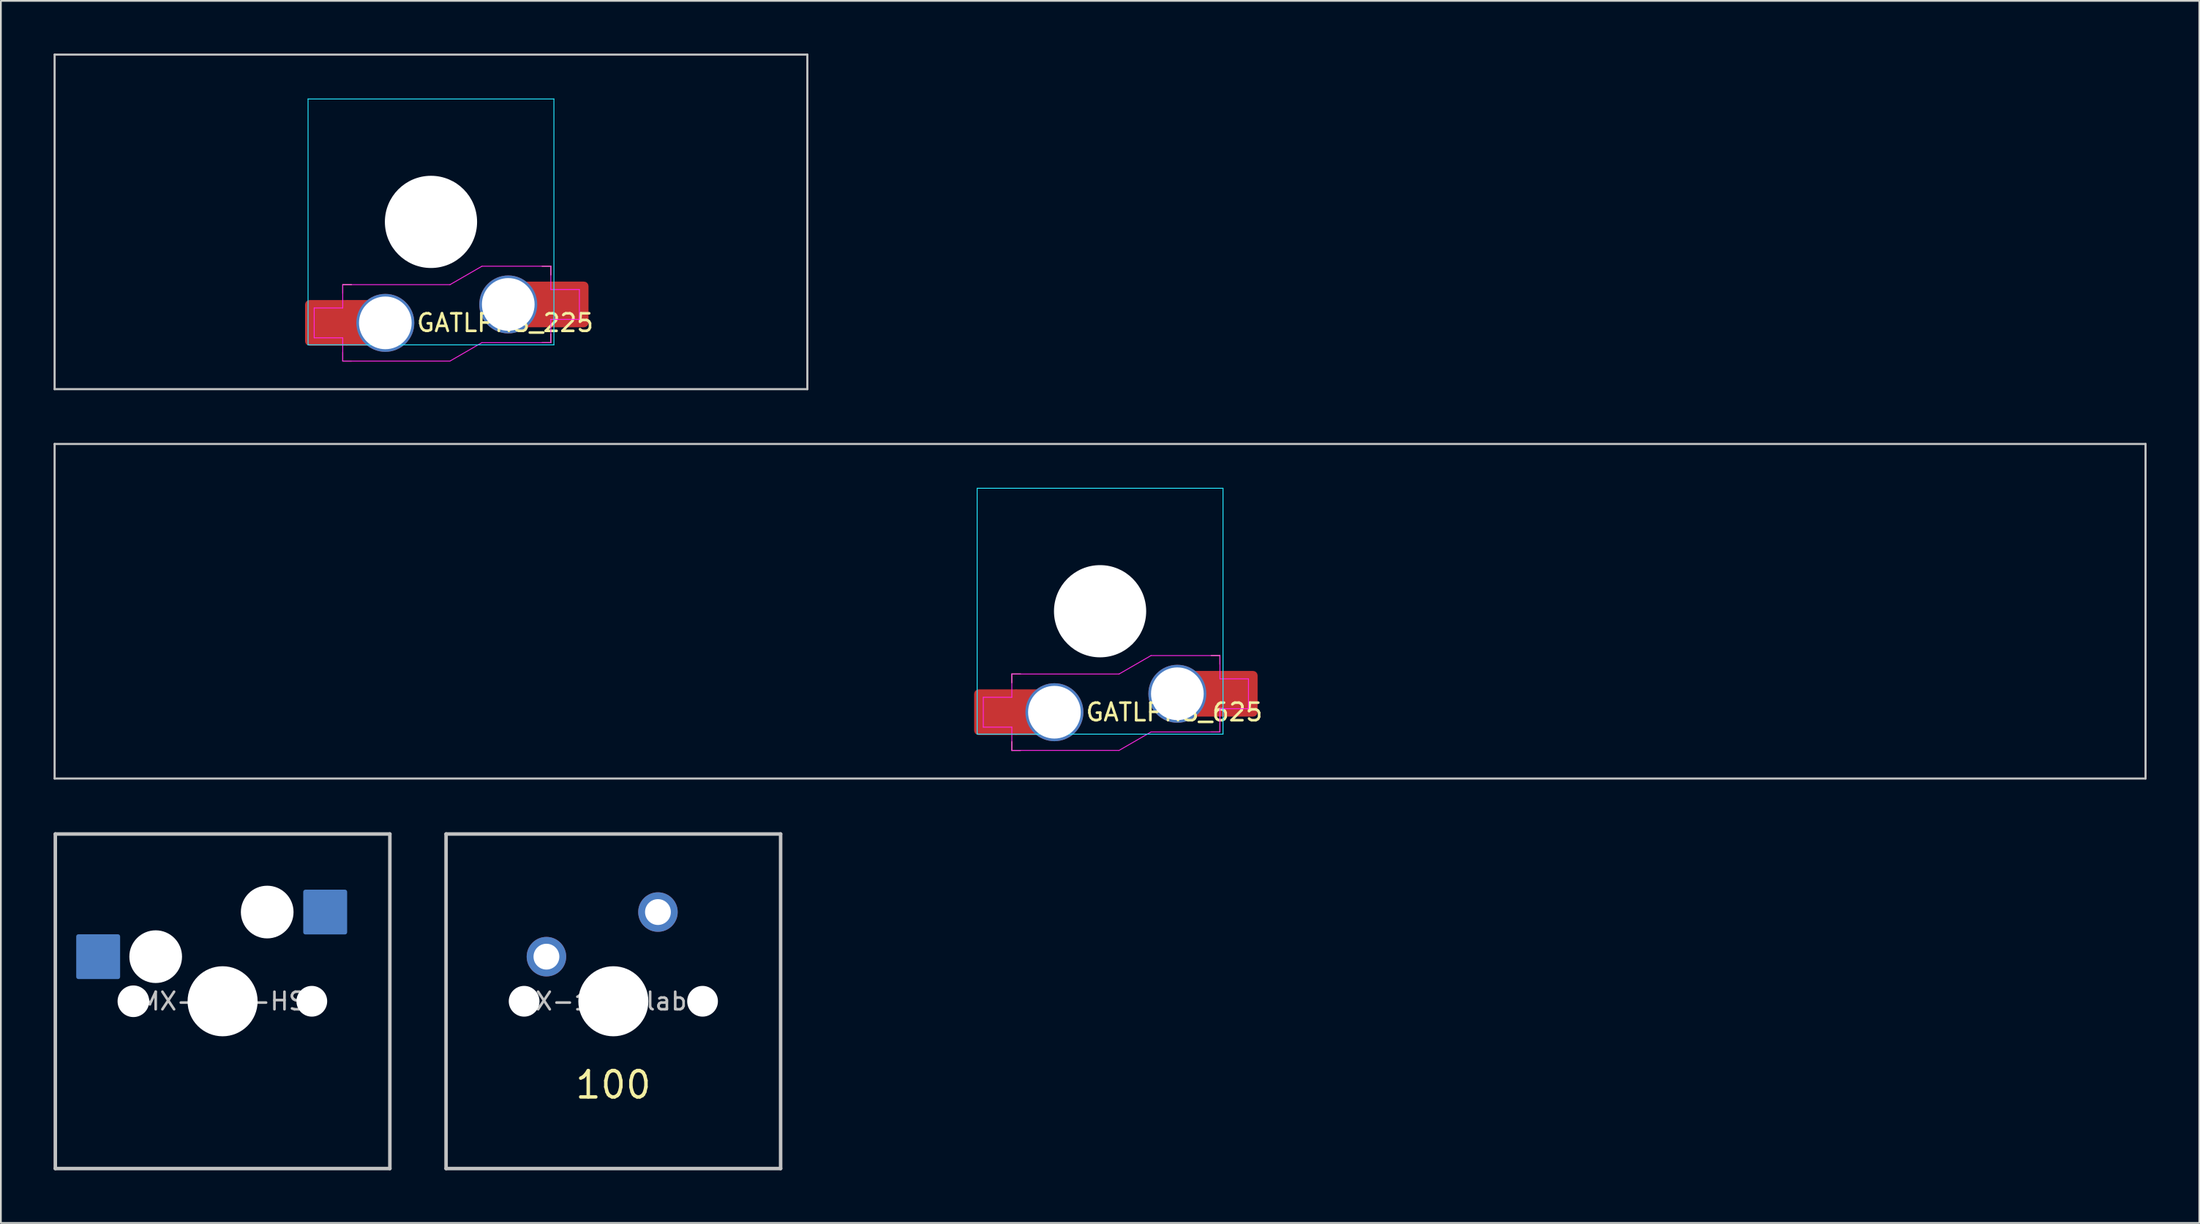
<source format=kicad_pcb>
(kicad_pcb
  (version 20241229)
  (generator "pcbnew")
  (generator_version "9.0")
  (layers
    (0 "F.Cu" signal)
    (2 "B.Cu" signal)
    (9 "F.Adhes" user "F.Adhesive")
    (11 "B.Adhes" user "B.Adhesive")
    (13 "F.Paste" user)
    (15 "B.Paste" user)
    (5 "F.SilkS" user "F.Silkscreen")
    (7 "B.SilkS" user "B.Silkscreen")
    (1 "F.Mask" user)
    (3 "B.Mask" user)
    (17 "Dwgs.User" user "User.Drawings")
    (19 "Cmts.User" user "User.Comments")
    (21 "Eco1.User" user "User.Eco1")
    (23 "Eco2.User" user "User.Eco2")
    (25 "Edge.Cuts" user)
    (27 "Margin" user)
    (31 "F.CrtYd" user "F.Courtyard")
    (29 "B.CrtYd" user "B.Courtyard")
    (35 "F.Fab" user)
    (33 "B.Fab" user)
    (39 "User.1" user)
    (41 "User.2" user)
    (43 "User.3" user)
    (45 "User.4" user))
  (footprint "MX-100-HS"
    (layer "F.Cu")
    (at 9.625 53.965)
    (property "Reference" "MX-100-HS" (at 0 0 0) (layer "Dwgs.User") (effects (font (size 1 1) (thickness 0.15))))
    (attr through_hole)
    (fp_line (start -9.525 -9.525) (end 9.525 -9.525) (stroke (width 0.2) (type solid)) (layer "Dwgs.User"))
    (fp_line (start -9.525 9.525) (end -9.525 -9.525) (stroke (width 0.2) (type solid)) (layer "Dwgs.User"))
    (fp_line (start 9.525 -9.525) (end 9.525 9.525) (stroke (width 0.2) (type solid)) (layer "Dwgs.User"))
    (fp_line (start 9.525 9.525) (end -9.525 9.525) (stroke (width 0.2) (type solid)) (layer "Dwgs.User"))
    (fp_line (start -7 -7) (end 7 -7) (stroke (width 0.12) (type solid)) (layer "Eco1.User"))
    (fp_line (start -7 7) (end -7 -7) (stroke (width 0.12) (type solid)) (layer "Eco1.User"))
    (fp_line (start -7 7) (end 7 7) (stroke (width 0.12) (type solid)) (layer "Eco1.User"))
    (fp_line (start 7 7) (end 7 -7) (stroke (width 0.12) (type solid)) (layer "Eco1.User"))
    (pad "" np_thru_hole circle (at -5.08 0) (size 1.8 1.8) (drill 1.8) (layers "*.Cu" "*.Mask"))
    (pad "" np_thru_hole circle (at -3.81 -2.54) (size 3 3) (drill 3) (layers "*.Cu" "*.Mask"))
    (pad "" np_thru_hole circle (at 0 0) (size 3.988 3.988) (drill 3.988) (layers "*.Cu" "*.Mask"))
    (pad "" np_thru_hole circle (at 2.54 -5.08) (size 3 3) (drill 3) (layers "*.Cu" "*.Mask"))
    (pad "" np_thru_hole circle (at 5.08 0) (size 1.75 1.75) (drill 1.75) (layers "*.Cu" "*.Mask"))
    (pad "1" smd roundrect (at 5.842 -5.08) (size 2.5 2.55) (layers "B.Cu" "B.Mask" "B.Paste") (roundrect_rratio 0.05))
    (pad "2" smd roundrect (at -7.085 -2.54) (size 2.5 2.55) (layers "B.Cu" "B.Mask" "B.Paste") (roundrect_rratio 0.05)))
  (footprint "GATLPHS_225"
    (layer "F.Cu")
    (at 21.491 9.585)
    (property "Reference" "GATLPHS_225" (at -0.9 5.75 180) (layer "F.SilkS") (effects (font (size 1 1) (thickness 0.15)) (justify left)))
    (attr smd)
    (fp_line (start -5.025 4.075) (end -5.025 3.575) (stroke (width 0.05) (type solid)) (layer "F.SilkS"))
    (fp_line (start -5.025 7.425) (end -5.025 7.925) (stroke (width 0.05) (type solid)) (layer "F.SilkS"))
    (fp_line (start -4.525 3.575) (end -5.025 3.575) (stroke (width 0.05) (type solid)) (layer "F.SilkS"))
    (fp_line (start -4.525 7.925) (end -5.025 7.925) (stroke (width 0.05) (type solid)) (layer "F.SilkS"))
    (fp_line (start 6.325 2.525) (end 6.825 2.525) (stroke (width 0.05) (type solid)) (layer "F.SilkS"))
    (fp_line (start 6.825 3.025) (end 6.825 2.525) (stroke (width 0.05) (type solid)) (layer "F.SilkS"))
    (fp_line (start 6.825 6.875) (end 6.325 6.875) (stroke (width 0.05) (type solid)) (layer "F.SilkS"))
    (fp_line (start 6.825 6.875) (end 6.825 6.375) (stroke (width 0.05) (type solid)) (layer "F.SilkS"))
    (fp_line (start -21.431 9.525) (end -21.431 -9.525) (stroke (width 0.12) (type solid)) (layer "Dwgs.User"))
    (fp_line (start -21.431 9.525) (end 21.431 9.525) (stroke (width 0.12) (type solid)) (layer "Dwgs.User"))
    (fp_line (start 21.431 -9.525) (end -21.431 -9.525) (stroke (width 0.12) (type solid)) (layer "Dwgs.User"))
    (fp_line (start 21.431 -9.525) (end 21.431 9.525) (stroke (width 0.12) (type solid)) (layer "Dwgs.User"))
    (fp_line (start -7 -7) (end -7 7) (stroke (width 0.05) (type solid)) (layer "B.CrtYd"))
    (fp_line (start -7 7) (end 7 7) (stroke (width 0.05) (type solid)) (layer "B.CrtYd"))
    (fp_line (start 7 -7) (end -7 -7) (stroke (width 0.05) (type solid)) (layer "B.CrtYd"))
    (fp_line (start 7 7) (end 7 -7) (stroke (width 0.05) (type solid)) (layer "B.CrtYd"))
    (fp_line (start -6.65 4.9) (end -5.025 4.9) (stroke (width 0.05) (type solid)) (layer "F.CrtYd"))
    (fp_line (start -6.65 6.6) (end -6.65 4.9) (stroke (width 0.05) (type solid)) (layer "F.CrtYd"))
    (fp_line (start -5.025 4.9) (end -5.025 3.575) (stroke (width 0.05) (type solid)) (layer "F.CrtYd"))
    (fp_line (start -5.025 6.6) (end -6.65 6.6) (stroke (width 0.05) (type solid)) (layer "F.CrtYd"))
    (fp_line (start -5.025 6.6) (end -5.025 7.925) (stroke (width 0.05) (type solid)) (layer "F.CrtYd"))
    (fp_line (start -5.025 7.925) (end 1.081 7.925) (stroke (width 0.05) (type solid)) (layer "F.CrtYd"))
    (fp_line (start 1.081 3.575) (end -5.025 3.575) (stroke (width 0.05) (type solid)) (layer "F.CrtYd"))
    (fp_line (start 1.081 7.925) (end 2.9 6.875) (stroke (width 0.05) (type solid)) (layer "F.CrtYd"))
    (fp_line (start 2.9 2.525) (end 1.081 3.575) (stroke (width 0.05) (type solid)) (layer "F.CrtYd"))
    (fp_line (start 2.9 6.875) (end 6.825 6.875) (stroke (width 0.05) (type solid)) (layer "F.CrtYd"))
    (fp_line (start 6.825 2.525) (end 2.9 2.525) (stroke (width 0.05) (type solid)) (layer "F.CrtYd"))
    (fp_line (start 6.825 3.85) (end 6.825 2.525) (stroke (width 0.05) (type solid)) (layer "F.CrtYd"))
    (fp_line (start 6.825 5.55) (end 8.45 5.55) (stroke (width 0.05) (type solid)) (layer "F.CrtYd"))
    (fp_line (start 6.825 6.875) (end 6.825 5.55) (stroke (width 0.05) (type solid)) (layer "F.CrtYd"))
    (fp_line (start 8.45 3.85) (end 6.825 3.85) (stroke (width 0.05) (type solid)) (layer "F.CrtYd"))
    (fp_line (start 8.45 5.55) (end 8.45 3.85) (stroke (width 0.05) (type solid)) (layer "F.CrtYd"))
    (pad "" np_thru_hole circle (at 0 0 180) (size 5.25 5.25) (drill 5.25) (layers "*.Cu" "*.Mask"))
    (pad "1" thru_hole circle (at 4.4 4.7) (size 3.3 3.3) (drill 3) (layers "*.Cu" "F.Mask"))
    (pad "1" smd rect (at 6 4.7) (size 1.25 2.6) (layers "F.Cu"))
    (pad "1" smd roundrect (at 7.67 4.7) (size 2.6 2.6) (layers "F.Cu" "F.Mask" "F.Paste") (roundrect_rratio 0.1))
    (pad "2" smd roundrect (at -5.87 5.75) (size 2.6 2.6) (layers "F.Cu" "F.Mask" "F.Paste") (roundrect_rratio 0.1))
    (pad "2" smd rect (at -4.2 5.75 180) (size 1.25 2.6) (layers "F.Cu"))
    (pad "2" thru_hole circle (at -2.6 5.75) (size 3.3 3.3) (drill 3) (layers "*.Cu" "F.Mask")))
  (footprint "GATLPHS_625"
    (layer "F.Cu")
    (at 59.591 31.755)
    (property "Reference" "GATLPHS_625" (at -0.9 5.75 180) (layer "F.SilkS") (effects (font (size 1 1) (thickness 0.15)) (justify left)))
    (attr smd)
    (fp_line (start -5.025 4.075) (end -5.025 3.575) (stroke (width 0.05) (type solid)) (layer "F.SilkS"))
    (fp_line (start -5.025 7.425) (end -5.025 7.925) (stroke (width 0.05) (type solid)) (layer "F.SilkS"))
    (fp_line (start -4.525 3.575) (end -5.025 3.575) (stroke (width 0.05) (type solid)) (layer "F.SilkS"))
    (fp_line (start -4.525 7.925) (end -5.025 7.925) (stroke (width 0.05) (type solid)) (layer "F.SilkS"))
    (fp_line (start 6.325 2.525) (end 6.825 2.525) (stroke (width 0.05) (type solid)) (layer "F.SilkS"))
    (fp_line (start 6.825 3.025) (end 6.825 2.525) (stroke (width 0.05) (type solid)) (layer "F.SilkS"))
    (fp_line (start 6.825 6.875) (end 6.325 6.875) (stroke (width 0.05) (type solid)) (layer "F.SilkS"))
    (fp_line (start 6.825 6.875) (end 6.825 6.375) (stroke (width 0.05) (type solid)) (layer "F.SilkS"))
    (fp_line (start -59.531 -9.525) (end 59.531 -9.525) (stroke (width 0.12) (type solid)) (layer "Dwgs.User"))
    (fp_line (start -59.531 9.525) (end -59.531 -9.525) (stroke (width 0.12) (type solid)) (layer "Dwgs.User"))
    (fp_line (start 59.531 -9.525) (end 59.531 9.525) (stroke (width 0.12) (type solid)) (layer "Dwgs.User"))
    (fp_line (start 59.531 9.525) (end -59.531 9.525) (stroke (width 0.12) (type solid)) (layer "Dwgs.User"))
    (fp_line (start -7 -7) (end -7 7) (stroke (width 0.05) (type solid)) (layer "B.CrtYd"))
    (fp_line (start -7 7) (end 7 7) (stroke (width 0.05) (type solid)) (layer "B.CrtYd"))
    (fp_line (start 7 -7) (end -7 -7) (stroke (width 0.05) (type solid)) (layer "B.CrtYd"))
    (fp_line (start 7 7) (end 7 -7) (stroke (width 0.05) (type solid)) (layer "B.CrtYd"))
    (fp_line (start -6.65 4.9) (end -5.025 4.9) (stroke (width 0.05) (type solid)) (layer "F.CrtYd"))
    (fp_line (start -6.65 6.6) (end -6.65 4.9) (stroke (width 0.05) (type solid)) (layer "F.CrtYd"))
    (fp_line (start -5.025 4.9) (end -5.025 3.575) (stroke (width 0.05) (type solid)) (layer "F.CrtYd"))
    (fp_line (start -5.025 6.6) (end -6.65 6.6) (stroke (width 0.05) (type solid)) (layer "F.CrtYd"))
    (fp_line (start -5.025 6.6) (end -5.025 7.925) (stroke (width 0.05) (type solid)) (layer "F.CrtYd"))
    (fp_line (start -5.025 7.925) (end 1.081 7.925) (stroke (width 0.05) (type solid)) (layer "F.CrtYd"))
    (fp_line (start 1.081 3.575) (end -5.025 3.575) (stroke (width 0.05) (type solid)) (layer "F.CrtYd"))
    (fp_line (start 1.081 7.925) (end 2.9 6.875) (stroke (width 0.05) (type solid)) (layer "F.CrtYd"))
    (fp_line (start 2.9 2.525) (end 1.081 3.575) (stroke (width 0.05) (type solid)) (layer "F.CrtYd"))
    (fp_line (start 2.9 6.875) (end 6.825 6.875) (stroke (width 0.05) (type solid)) (layer "F.CrtYd"))
    (fp_line (start 6.825 2.525) (end 2.9 2.525) (stroke (width 0.05) (type solid)) (layer "F.CrtYd"))
    (fp_line (start 6.825 3.85) (end 6.825 2.525) (stroke (width 0.05) (type solid)) (layer "F.CrtYd"))
    (fp_line (start 6.825 5.55) (end 8.45 5.55) (stroke (width 0.05) (type solid)) (layer "F.CrtYd"))
    (fp_line (start 6.825 6.875) (end 6.825 5.55) (stroke (width 0.05) (type solid)) (layer "F.CrtYd"))
    (fp_line (start 8.45 3.85) (end 6.825 3.85) (stroke (width 0.05) (type solid)) (layer "F.CrtYd"))
    (fp_line (start 8.45 5.55) (end 8.45 3.85) (stroke (width 0.05) (type solid)) (layer "F.CrtYd"))
    (pad "" np_thru_hole circle (at 0 0 180) (size 5.25 5.25) (drill 5.25) (layers "*.Cu" "*.Mask"))
    (pad "1" thru_hole circle (at 4.4 4.7) (size 3.3 3.3) (drill 3) (layers "*.Cu" "F.Mask"))
    (pad "1" smd rect (at 6 4.7) (size 1.25 2.6) (layers "F.Cu"))
    (pad "1" smd roundrect (at 7.67 4.7) (size 2.6 2.6) (layers "F.Cu" "F.Mask" "F.Paste") (roundrect_rratio 0.1))
    (pad "2" smd roundrect (at -5.87 5.75) (size 2.6 2.6) (layers "F.Cu" "F.Mask" "F.Paste") (roundrect_rratio 0.1))
    (pad "2" smd rect (at -4.2 5.75 180) (size 1.25 2.6) (layers "F.Cu"))
    (pad "2" thru_hole circle (at -2.6 5.75) (size 3.3 3.3) (drill 3) (layers "*.Cu" "F.Mask")))
  (footprint "MX-100-label"
    (layer "F.Cu")
    (at 31.875 53.965)
    (property "Reference" "MX-100-label" (at 0 0 0) (layer "Dwgs.User") (effects (font (size 1 1) (thickness 0.15))))
    (attr through_hole)
    (fp_line (start -9.525 9.525) (end -9.525 -9.525) (stroke (width 0.2) (type solid)) (layer "Dwgs.User"))
    (fp_line (start 9.525 -9.525) (end -9.525 -9.525) (stroke (width 0.2) (type solid)) (layer "Dwgs.User"))
    (fp_line (start 9.525 -9.525) (end 9.525 9.525) (stroke (width 0.2) (type solid)) (layer "Dwgs.User"))
    (fp_line (start 9.525 9.525) (end -9.525 9.525) (stroke (width 0.2) (type solid)) (layer "Dwgs.User"))
    (fp_line (start -7 -7) (end 7 -7) (stroke (width 0.12) (type solid)) (layer "Eco1.User"))
    (fp_line (start -7 7) (end -7 -7) (stroke (width 0.12) (type solid)) (layer "Eco1.User"))
    (fp_line (start -7 7) (end 7 7) (stroke (width 0.12) (type solid)) (layer "Eco1.User"))
    (fp_line (start 7 7) (end 7 -7) (stroke (width 0.12) (type solid)) (layer "Eco1.User"))
    (fp_text user "100" (at 0 4.763 0) (layer "F.SilkS") (effects (font (size 1.5 1.5) (thickness 0.2))))
    (pad "" np_thru_hole circle (at -5.08 0) (size 1.75 1.75) (drill 1.75) (layers "*.Cu" "*.Mask"))
    (pad "" np_thru_hole circle (at 0 0) (size 3.988 3.988) (drill 3.988) (layers "*.Cu" "*.Mask"))
    (pad "" np_thru_hole circle (at 5.08 0) (size 1.75 1.75) (drill 1.75) (layers "*.Cu" "*.Mask"))
    (pad "1" thru_hole circle (at 2.54 -5.08) (size 2.25 2.25) (drill 1.47) (layers "*.Cu" "B.Mask"))
    (pad "2" thru_hole circle (at -3.81 -2.54) (size 2.25 2.25) (drill 1.47) (layers "*.Cu" "B.Mask")))
  (gr_rect
    (start -3 -3)
    (end 122.183 66.59)
    (stroke (width 0.1) (type default))
    (fill no)
    (layer "Edge.Cuts")))
</source>
